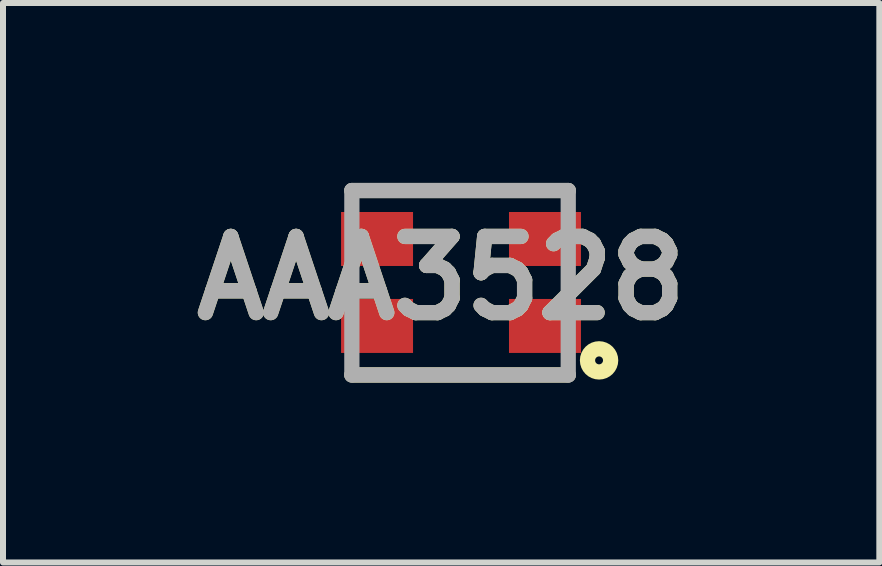
<source format=kicad_pcb>
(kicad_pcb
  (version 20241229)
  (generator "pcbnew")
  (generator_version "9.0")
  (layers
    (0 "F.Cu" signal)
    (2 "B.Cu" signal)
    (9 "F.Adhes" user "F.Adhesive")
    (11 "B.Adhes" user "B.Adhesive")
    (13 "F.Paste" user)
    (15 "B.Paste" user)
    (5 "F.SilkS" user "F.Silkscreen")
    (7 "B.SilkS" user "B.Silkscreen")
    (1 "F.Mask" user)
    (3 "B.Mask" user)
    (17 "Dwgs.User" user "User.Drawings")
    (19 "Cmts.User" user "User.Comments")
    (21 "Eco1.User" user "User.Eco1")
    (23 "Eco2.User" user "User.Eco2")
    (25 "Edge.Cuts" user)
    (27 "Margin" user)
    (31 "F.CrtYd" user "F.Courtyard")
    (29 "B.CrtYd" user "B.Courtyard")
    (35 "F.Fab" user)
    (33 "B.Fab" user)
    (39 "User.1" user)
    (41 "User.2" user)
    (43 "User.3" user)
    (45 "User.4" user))
  (footprint "AAA3528"
    (layer "F.Cu")
    (at 4.637 1.66)
    (property "Reference" "AAA3528" (at -0.331 -0.072 0) (layer "F.SilkS") (effects (font (size 1.27 1.27) (thickness 0.254))))
    (attr smd)
    (fp_line (start -1.82 -1.533) (end 1.788 -1.533) (stroke (width 0.254) (type solid)) (layer "F.SilkS"))
    (fp_line (start -1.82 1.542) (end 1.788 1.542) (stroke (width 0.254) (type solid)) (layer "F.SilkS"))
    (fp_circle (center 2.302 1.299) (end 2.302 1.365) (stroke (width 0.254) (type solid)) (fill no) (layer "F.SilkS"))
    (fp_line (start -1.82 -1.533) (end 1.788 -1.533) (stroke (width 0.254) (type solid)) (layer "F.Fab"))
    (fp_line (start -1.82 1.542) (end -1.82 -1.533) (stroke (width 0.254) (type solid)) (layer "F.Fab"))
    (fp_line (start 1.788 -1.533) (end 1.788 1.542) (stroke (width 0.254) (type solid)) (layer "F.Fab"))
    (fp_line (start 1.788 1.542) (end -1.82 1.542) (stroke (width 0.254) (type solid)) (layer "F.Fab"))
    (fp_text user "${REFERENCE}" (at -0.331 -0.072 0) (layer "F.Fab") (effects (font (size 1.27 1.27) (thickness 0.254))))
    (pad "1" smd rect (at 1.4 0.725 90) (size 0.9 1.2) (layers "F.Cu" "F.Mask" "F.Paste"))
    (pad "2" smd rect (at -1.4 0.725 90) (size 0.9 1.2) (layers "F.Cu" "F.Mask" "F.Paste"))
    (pad "3" smd rect (at -1.4 -0.725 90) (size 0.9 1.2) (layers "F.Cu" "F.Mask" "F.Paste"))
    (pad "4" smd rect (at 1.4 -0.725 90) (size 0.9 1.2) (layers "F.Cu" "F.Mask" "F.Paste")))
  (gr_rect
    (start -3 -3)
    (end 11.612 6.329)
    (stroke (width 0.1) (type default))
    (fill no)
    (layer "Edge.Cuts")))
</source>
